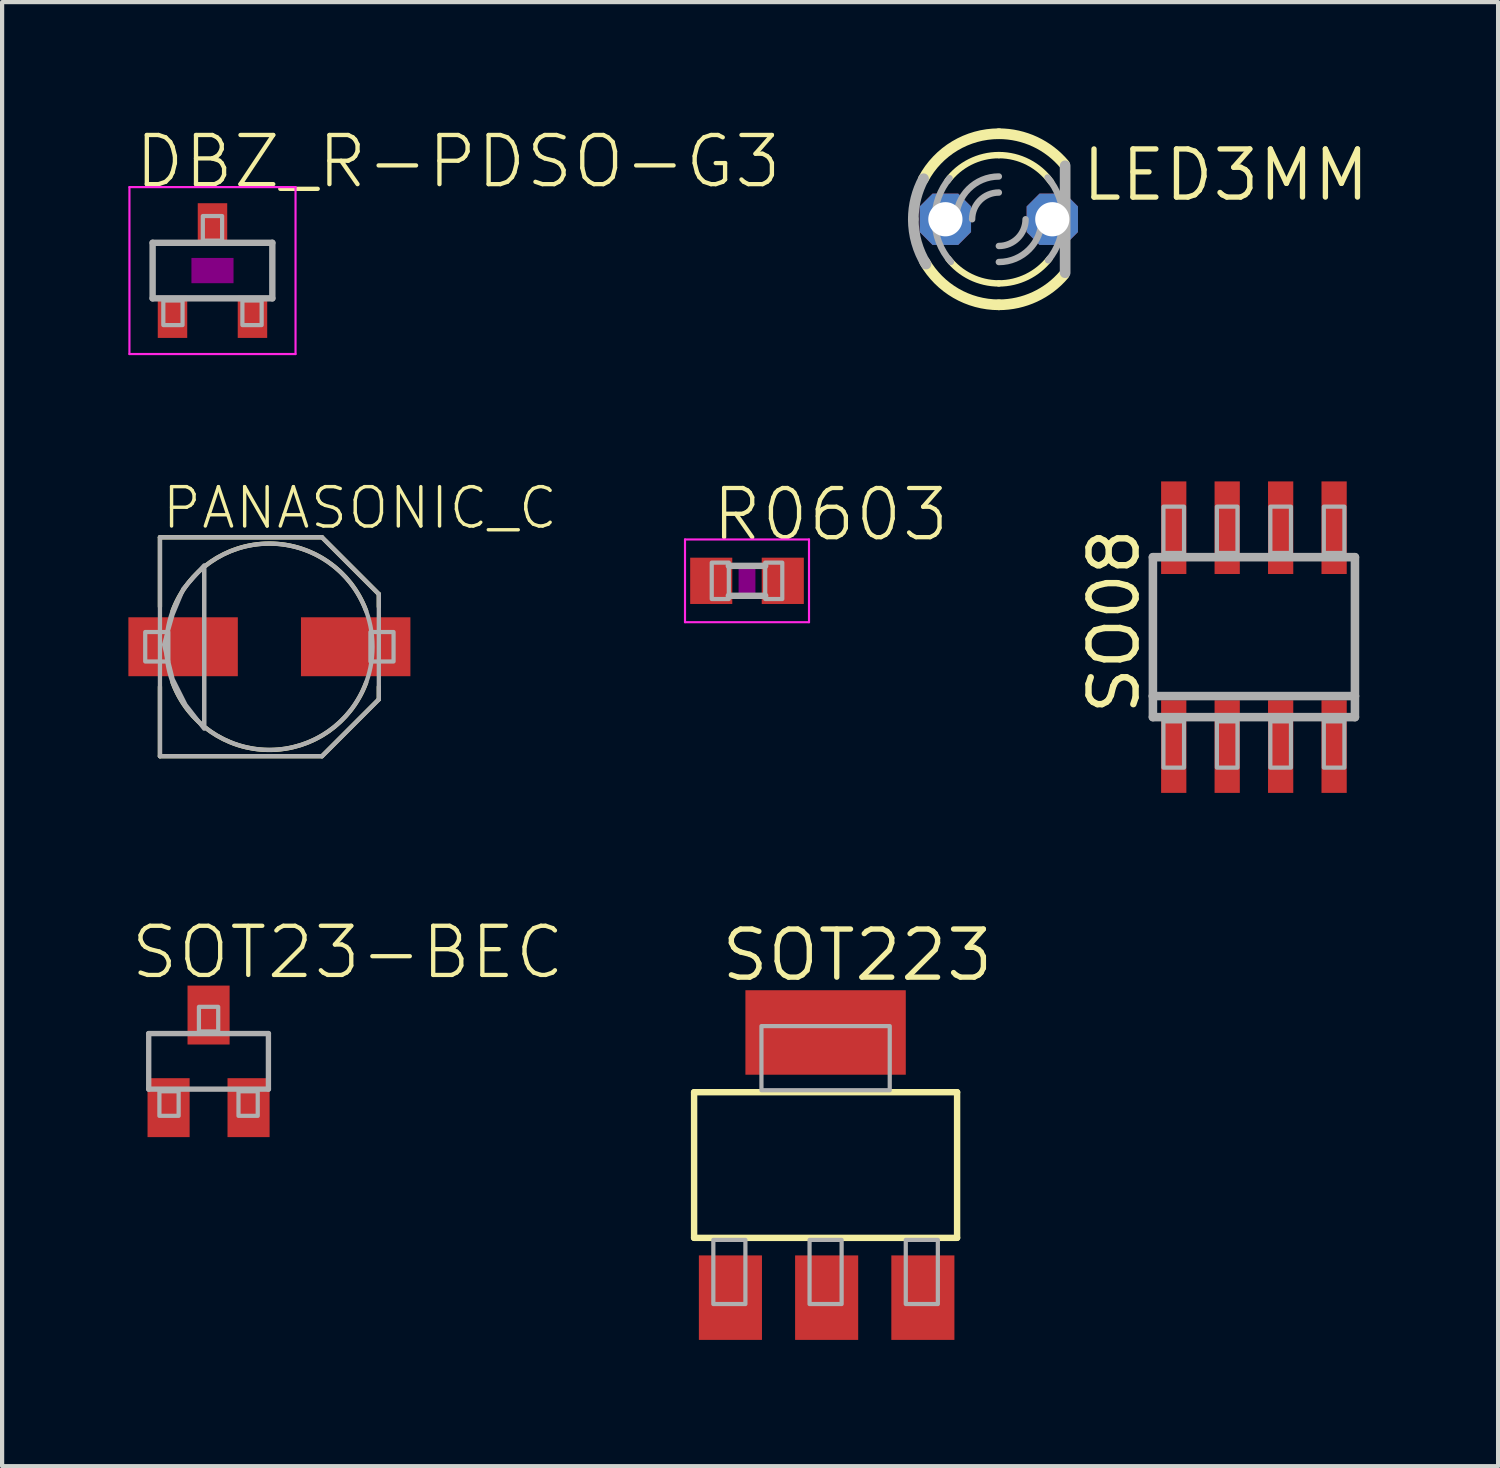
<source format=kicad_pcb>
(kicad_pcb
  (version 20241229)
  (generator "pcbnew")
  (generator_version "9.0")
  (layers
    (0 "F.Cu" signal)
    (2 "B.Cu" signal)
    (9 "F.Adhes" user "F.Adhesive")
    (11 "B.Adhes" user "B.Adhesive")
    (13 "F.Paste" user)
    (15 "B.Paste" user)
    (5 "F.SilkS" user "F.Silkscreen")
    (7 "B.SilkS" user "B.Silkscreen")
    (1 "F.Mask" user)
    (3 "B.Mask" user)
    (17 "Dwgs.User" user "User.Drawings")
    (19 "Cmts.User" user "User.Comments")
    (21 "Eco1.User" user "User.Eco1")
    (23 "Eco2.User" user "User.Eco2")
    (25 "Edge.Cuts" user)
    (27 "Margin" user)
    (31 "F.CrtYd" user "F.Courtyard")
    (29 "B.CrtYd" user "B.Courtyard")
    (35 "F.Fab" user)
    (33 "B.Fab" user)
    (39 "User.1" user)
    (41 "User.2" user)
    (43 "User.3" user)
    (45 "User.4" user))
  (footprint "LED3MM"
    (layer "F.Cu")
    (at 20.68 2.159)
    (property "Reference" "LED3MM" (at 1.905 -0.381 0) (layer "F.SilkS") (effects (font (size 1.143 1.143) (thickness 0.127)) (justify left bottom)))
    (fp_arc (start -1.7929 -0.9562) (mid -1.045438 -1.7424) (end 0 -2.032) (stroke (width 0.254) (type solid)) (layer "F.SilkS"))
    (fp_arc (start -1.2192 -0.9144) (mid -0.681554 -1.363107) (end 0 -1.524) (stroke (width 0.1524) (type solid)) (layer "F.SilkS"))
    (fp_arc (start 0 -2.032) (mid 0.861864 -1.840173) (end 1.561 -1.3009) (stroke (width 0.254) (type solid)) (layer "F.SilkS"))
    (fp_arc (start 0 -1.524) (mid 0.697339 -1.355082) (end 1.2401 -0.885801) (stroke (width 0.1524) (type solid)) (layer "F.SilkS"))
    (fp_arc (start 0 1.524) (mid -0.669593 1.369018) (end -1.203 0.9356) (stroke (width 0.1524) (type solid)) (layer "F.SilkS"))
    (fp_arc (start 0 2.032) (mid -1.019924 1.757525) (end -1.7643 1.0082) (stroke (width 0.254) (type solid)) (layer "F.SilkS"))
    (fp_arc (start 1.203 0.9356) (mid 0.669593 1.369018) (end 0 1.524) (stroke (width 0.1524) (type solid)) (layer "F.SilkS"))
    (fp_arc (start 1.5512 1.3126) (mid 0.854953 1.843405) (end 0 2.032) (stroke (width 0.254) (type solid)) (layer "F.SilkS"))
    (fp_line (start 1.575 1.27) (end 1.575 -1.27) (stroke (width 0.254) (type solid)) (layer "F.Fab"))
    (fp_arc (start -2.032 0) (mid -1.970339 -0.496775) (end -1.7891 -0.9634) (stroke (width 0.254) (type solid)) (layer "F.Fab"))
    (fp_arc (start -1.7306 1.065) (mid -1.95521 0.553417) (end -2.032 0) (stroke (width 0.254) (type solid)) (layer "F.Fab"))
    (fp_arc (start -1.524 0) (mid -1.432981 -0.518783) (end -1.1708 -0.9756) (stroke (width 0.1524) (type solid)) (layer "F.Fab"))
    (fp_arc (start -1.1391 1.0125) (mid -1.42454 0.5416) (end -1.524 0) (stroke (width 0.1524) (type solid)) (layer "F.Fab"))
    (fp_arc (start -1.016 0) (mid -0.71842 -0.71842) (end 0 -1.016) (stroke (width 0.1524) (type solid)) (layer "F.Fab"))
    (fp_arc (start -0.635 0) (mid -0.449013 -0.449013) (end 0 -0.635) (stroke (width 0.1524) (type solid)) (layer "F.Fab"))
    (fp_arc (start 0.635 0) (mid 0.449013 0.449013) (end 0 0.635) (stroke (width 0.1524) (type solid)) (layer "F.Fab"))
    (fp_arc (start 1.016 0) (mid 0.71842 0.71842) (end 0 1.016) (stroke (width 0.1524) (type solid)) (layer "F.Fab"))
    (fp_arc (start 1.1571 -0.9918) (mid 1.429332 -0.528744) (end 1.524 0) (stroke (width 0.1524) (type solid)) (layer "F.Fab"))
    (fp_arc (start 1.524 0) (mid 1.432981 0.518783) (end 1.1708 0.9756) (stroke (width 0.1524) (type solid)) (layer "F.Fab"))
    (pad "A" thru_hole roundrect (at -1.27 0) (size 1.219 1.219) (drill 0.813) (layers "*.Cu" "*.Mask") (roundrect_rratio 0.25) (chamfer_ratio 0.25) (chamfer top_left top_right bottom_left bottom_right))
    (pad "K" thru_hole roundrect (at 1.27 0) (size 1.219 1.219) (drill 0.813) (layers "*.Cu" "*.Mask") (roundrect_rratio 0.25) (chamfer_ratio 0.25) (chamfer top_left top_right bottom_left bottom_right)))
  (footprint "R0603"
    (layer "F.Cu")
    (at 14.697 10.749)
    (property "Reference" "R0603" (at -0.889 -0.889 0) (layer "F.SilkS") (effects (font (size 1.168 1.168) (thickness 0.102)) (justify left bottom)))
    (fp_poly (pts (xy -0.2 0.4) (xy 0.2 0.4) (xy 0.2 -0.4) (xy -0.2 -0.4)) (stroke (width 0) (type solid)) (fill yes) (layer "F.Adhes"))
    (fp_line (start -1.473 -0.983) (end 1.473 -0.983) (stroke (width 0.051) (type solid)) (layer "F.CrtYd"))
    (fp_line (start -1.473 0.983) (end -1.473 -0.983) (stroke (width 0.051) (type solid)) (layer "F.CrtYd"))
    (fp_line (start 1.473 -0.983) (end 1.473 0.983) (stroke (width 0.051) (type solid)) (layer "F.CrtYd"))
    (fp_line (start 1.473 0.983) (end -1.473 0.983) (stroke (width 0.051) (type solid)) (layer "F.CrtYd"))
    (fp_line (start -0.432 0.356) (end 0.432 0.356) (stroke (width 0.152) (type solid)) (layer "F.Fab"))
    (fp_line (start 0.432 -0.356) (end -0.432 -0.356) (stroke (width 0.152) (type solid)) (layer "F.Fab"))
    (fp_poly (pts (xy -0.838 0.432) (xy -0.432 0.432) (xy -0.432 -0.432) (xy -0.838 -0.432)) (stroke (width 0.1) (type solid)) (fill no) (layer "F.Fab"))
    (fp_poly (pts (xy 0.432 0.432) (xy 0.838 0.432) (xy 0.838 -0.432) (xy 0.432 -0.432)) (stroke (width 0.1) (type solid)) (fill no) (layer "F.Fab"))
    (pad "1" smd rect (at -0.85 0) (size 1 1.1) (layers "F.Cu" "F.Mask" "F.Paste"))
    (pad "2" smd rect (at 0.85 0) (size 1 1.1) (layers "F.Cu" "F.Mask" "F.Paste")))
  (footprint "SOT23-BEC"
    (layer "F.Cu")
    (at 1.905 22.165)
    (property "Reference" "SOT23-BEC" (at -1.905 -1.905 0) (layer "F.SilkS") (effects (font (size 1.168 1.168) (thickness 0.102)) (justify left bottom)))
    (fp_line (start -1.422 -0.66) (end 1.422 -0.66) (stroke (width 0.127) (type solid)) (layer "F.Fab"))
    (fp_line (start -1.422 0.66) (end -1.422 -0.66) (stroke (width 0.127) (type solid)) (layer "F.Fab"))
    (fp_line (start 1.422 -0.66) (end 1.422 0.66) (stroke (width 0.127) (type solid)) (layer "F.Fab"))
    (fp_line (start 1.422 0.66) (end -1.422 0.66) (stroke (width 0.127) (type solid)) (layer "F.Fab"))
    (fp_poly (pts (xy -1.168 1.295) (xy -0.711 1.295) (xy -0.711 0.711) (xy -1.168 0.711)) (stroke (width 0.1) (type solid)) (fill no) (layer "F.Fab"))
    (fp_poly (pts (xy -0.229 -0.711) (xy 0.229 -0.711) (xy 0.229 -1.295) (xy -0.229 -1.295)) (stroke (width 0.1) (type solid)) (fill no) (layer "F.Fab"))
    (fp_poly (pts (xy 0.711 1.295) (xy 1.168 1.295) (xy 1.168 0.711) (xy 0.711 0.711)) (stroke (width 0.1) (type solid)) (fill no) (layer "F.Fab"))
    (pad "B" smd rect (at -0.95 1.1) (size 1 1.4) (layers "F.Cu" "F.Mask" "F.Paste"))
    (pad "C" smd rect (at 0 -1.1) (size 1 1.4) (layers "F.Cu" "F.Mask" "F.Paste"))
    (pad "E" smd rect (at 0.95 1.1) (size 1 1.4) (layers "F.Cu" "F.Mask" "F.Paste")))
  (footprint "SOT223"
    (layer "F.Cu")
    (at 16.564 24.629)
    (property "Reference" "SOT223" (at -2.54 -4.318 0) (layer "F.SilkS") (effects (font (size 1.143 1.143) (thickness 0.127)) (justify left bottom)))
    (fp_line (start -3.124 -1.731) (end -3.124 1.729) (stroke (width 0.152) (type solid)) (layer "F.SilkS"))
    (fp_line (start -3.124 -1.731) (end 3.124 -1.731) (stroke (width 0.152) (type solid)) (layer "F.SilkS"))
    (fp_line (start 3.124 1.729) (end -3.124 1.729) (stroke (width 0.152) (type solid)) (layer "F.SilkS"))
    (fp_line (start 3.124 1.729) (end 3.124 -1.731) (stroke (width 0.152) (type solid)) (layer "F.SilkS"))
    (fp_poly (pts (xy -2.667 3.302) (xy -1.905 3.302) (xy -1.905 1.778) (xy -2.667 1.778)) (stroke (width 0.1) (type solid)) (fill no) (layer "F.Fab"))
    (fp_poly (pts (xy -1.524 -1.778) (xy 1.524 -1.778) (xy 1.524 -3.302) (xy -1.524 -3.302)) (stroke (width 0.1) (type solid)) (fill no) (layer "F.Fab"))
    (fp_poly (pts (xy -0.381 3.302) (xy 0.381 3.302) (xy 0.381 1.778) (xy -0.381 1.778)) (stroke (width 0.1) (type solid)) (fill no) (layer "F.Fab"))
    (fp_poly (pts (xy 1.905 3.302) (xy 2.667 3.302) (xy 2.667 1.778) (xy 1.905 1.778)) (stroke (width 0.1) (type solid)) (fill no) (layer "F.Fab"))
    (pad "1" smd rect (at -2.261 3.15) (size 1.499 2.007) (layers "F.Cu" "F.Mask" "F.Paste"))
    (pad "2" smd rect (at 0.025 3.15) (size 1.499 2.007) (layers "F.Cu" "F.Mask" "F.Paste"))
    (pad "3" smd rect (at 2.311 3.15) (size 1.499 2.007) (layers "F.Cu" "F.Mask" "F.Paste"))
    (pad "4" smd rect (at 0 -3.15) (size 3.81 2.007) (layers "F.Cu" "F.Mask" "F.Paste")))
  (footprint "SO08"
    (layer "F.Cu")
    (at 26.74 12.087)
    (property "Reference" "SO08" (at -2.667 1.905 90) (layer "F.SilkS") (effects (font (size 1.118 1.118) (thickness 0.152)) (justify left bottom)))
    (fp_line (start -2.4 -1.9) (end 2.4 -1.9) (stroke (width 0.203) (type solid)) (layer "F.Fab"))
    (fp_line (start -2.4 1.4) (end -2.4 -1.9) (stroke (width 0.203) (type solid)) (layer "F.Fab"))
    (fp_line (start -2.4 1.9) (end -2.4 1.4) (stroke (width 0.203) (type solid)) (layer "F.Fab"))
    (fp_line (start 2.4 -1.9) (end 2.4 1.4) (stroke (width 0.203) (type solid)) (layer "F.Fab"))
    (fp_line (start 2.4 1.4) (end -2.4 1.4) (stroke (width 0.203) (type solid)) (layer "F.Fab"))
    (fp_line (start 2.4 1.4) (end 2.4 1.9) (stroke (width 0.203) (type solid)) (layer "F.Fab"))
    (fp_line (start 2.4 1.9) (end -2.4 1.9) (stroke (width 0.203) (type solid)) (layer "F.Fab"))
    (fp_poly (pts (xy -2.15 -2) (xy -1.66 -2) (xy -1.66 -3.1) (xy -2.15 -3.1)) (stroke (width 0.1) (type solid)) (fill no) (layer "F.Fab"))
    (fp_poly (pts (xy -2.15 3.1) (xy -1.66 3.1) (xy -1.66 2) (xy -2.15 2)) (stroke (width 0.1) (type solid)) (fill no) (layer "F.Fab"))
    (fp_poly (pts (xy -0.88 -2) (xy -0.39 -2) (xy -0.39 -3.1) (xy -0.88 -3.1)) (stroke (width 0.1) (type solid)) (fill no) (layer "F.Fab"))
    (fp_poly (pts (xy -0.88 3.1) (xy -0.39 3.1) (xy -0.39 2) (xy -0.88 2)) (stroke (width 0.1) (type solid)) (fill no) (layer "F.Fab"))
    (fp_poly (pts (xy 0.39 -2) (xy 0.88 -2) (xy 0.88 -3.1) (xy 0.39 -3.1)) (stroke (width 0.1) (type solid)) (fill no) (layer "F.Fab"))
    (fp_poly (pts (xy 0.39 3.1) (xy 0.88 3.1) (xy 0.88 2) (xy 0.39 2)) (stroke (width 0.1) (type solid)) (fill no) (layer "F.Fab"))
    (fp_poly (pts (xy 1.66 -2) (xy 2.15 -2) (xy 2.15 -3.1) (xy 1.66 -3.1)) (stroke (width 0.1) (type solid)) (fill no) (layer "F.Fab"))
    (fp_poly (pts (xy 1.66 3.1) (xy 2.15 3.1) (xy 2.15 2) (xy 1.66 2)) (stroke (width 0.1) (type solid)) (fill no) (layer "F.Fab"))
    (pad "1" smd rect (at -1.905 2.6) (size 0.6 2.2) (layers "F.Cu" "F.Mask" "F.Paste"))
    (pad "2" smd rect (at -0.635 2.6) (size 0.6 2.2) (layers "F.Cu" "F.Mask" "F.Paste"))
    (pad "3" smd rect (at 0.635 2.6) (size 0.6 2.2) (layers "F.Cu" "F.Mask" "F.Paste"))
    (pad "4" smd rect (at 1.905 2.6) (size 0.6 2.2) (layers "F.Cu" "F.Mask" "F.Paste"))
    (pad "5" smd rect (at 1.905 -2.6) (size 0.6 2.2) (layers "F.Cu" "F.Mask" "F.Paste"))
    (pad "6" smd rect (at 0.635 -2.6) (size 0.6 2.2) (layers "F.Cu" "F.Mask" "F.Paste"))
    (pad "7" smd rect (at -0.635 -2.6) (size 0.6 2.2) (layers "F.Cu" "F.Mask" "F.Paste"))
    (pad "8" smd rect (at -1.905 -2.6) (size 0.6 2.2) (layers "F.Cu" "F.Mask" "F.Paste")))
  (footprint "DBZ_R-PDSO-G3"
    (layer "F.Cu")
    (at 1.998 3.378)
    (property "Reference" "DBZ_R-PDSO-G3" (at -1.905 -1.905 0) (layer "F.SilkS") (effects (font (size 1.168 1.168) (thickness 0.102)) (justify left bottom)))
    (fp_poly (pts (xy -0.5 0.3) (xy 0.5 0.3) (xy 0.5 -0.3) (xy -0.5 -0.3)) (stroke (width 0) (type solid)) (fill yes) (layer "F.Adhes"))
    (fp_line (start -1.973 -1.983) (end 1.973 -1.983) (stroke (width 0.051) (type solid)) (layer "F.CrtYd"))
    (fp_line (start -1.973 1.983) (end -1.973 -1.983) (stroke (width 0.051) (type solid)) (layer "F.CrtYd"))
    (fp_line (start 1.973 -1.983) (end 1.973 1.983) (stroke (width 0.051) (type solid)) (layer "F.CrtYd"))
    (fp_line (start 1.973 1.983) (end -1.973 1.983) (stroke (width 0.051) (type solid)) (layer "F.CrtYd"))
    (fp_line (start -1.422 -0.66) (end 1.422 -0.66) (stroke (width 0.152) (type solid)) (layer "F.Fab"))
    (fp_line (start -1.422 0.66) (end -1.422 -0.66) (stroke (width 0.152) (type solid)) (layer "F.Fab"))
    (fp_line (start 1.422 -0.66) (end 1.422 0.66) (stroke (width 0.152) (type solid)) (layer "F.Fab"))
    (fp_line (start 1.422 0.66) (end -1.422 0.66) (stroke (width 0.152) (type solid)) (layer "F.Fab"))
    (fp_poly (pts (xy -1.168 1.295) (xy -0.711 1.295) (xy -0.711 0.711) (xy -1.168 0.711)) (stroke (width 0.1) (type solid)) (fill no) (layer "F.Fab"))
    (fp_poly (pts (xy -0.229 -0.711) (xy 0.229 -0.711) (xy 0.229 -1.295) (xy -0.229 -1.295)) (stroke (width 0.1) (type solid)) (fill no) (layer "F.Fab"))
    (fp_poly (pts (xy 0.711 1.295) (xy 1.168 1.295) (xy 1.168 0.711) (xy 0.711 0.711)) (stroke (width 0.1) (type solid)) (fill no) (layer "F.Fab"))
    (pad "1" smd rect (at -0.95 1.1) (size 0.7 1) (layers "F.Cu" "F.Mask" "F.Paste"))
    (pad "2" smd rect (at 0.95 1.1) (size 0.7 1) (layers "F.Cu" "F.Mask" "F.Paste"))
    (pad "3" smd rect (at 0 -1.1) (size 0.7 1) (layers "F.Cu" "F.Mask" "F.Paste")))
  (footprint "PANASONIC_C"
    (layer "F.Cu")
    (at 3.35 12.315)
    (property "Reference" "PANASONIC_C" (at -2.6 -2.75 0) (layer "F.SilkS") (effects (font (size 0.935 0.935) (thickness 0.081)) (justify left bottom)))
    (fp_line (start -2.6 -2.6) (end 1.25 -2.6) (stroke (width 0.102) (type solid)) (layer "F.SilkS"))
    (fp_line (start -2.6 -0.95) (end -2.6 -2.6) (stroke (width 0.102) (type solid)) (layer "F.SilkS"))
    (fp_line (start -2.6 2.6) (end -2.6 0.95) (stroke (width 0.102) (type solid)) (layer "F.SilkS"))
    (fp_line (start 1.25 -2.6) (end 2.6 -1.25) (stroke (width 0.102) (type solid)) (layer "F.SilkS"))
    (fp_line (start 1.25 2.6) (end -2.6 2.6) (stroke (width 0.102) (type solid)) (layer "F.SilkS"))
    (fp_line (start 2.6 -1.25) (end 2.6 -0.95) (stroke (width 0.102) (type solid)) (layer "F.SilkS"))
    (fp_line (start 2.6 0.95) (end 2.6 1.25) (stroke (width 0.102) (type solid)) (layer "F.SilkS"))
    (fp_line (start 2.6 1.25) (end 1.25 2.6) (stroke (width 0.102) (type solid)) (layer "F.SilkS"))
    (fp_arc (start -2.3 -0.85) (mid 0 -2.45204) (end 2.3 -0.85) (stroke (width 0.1016) (type solid)) (layer "F.SilkS"))
    (fp_arc (start 2.3 0.85) (mid 0 2.45204) (end -2.3 0.85) (stroke (width 0.1016) (type solid)) (layer "F.SilkS"))
    (fp_line (start -2.6 -2.6) (end 1.25 -2.6) (stroke (width 0.102) (type solid)) (layer "F.Fab"))
    (fp_line (start -2.6 2.6) (end -2.6 -2.6) (stroke (width 0.102) (type solid)) (layer "F.Fab"))
    (fp_line (start -1.55 -1.85) (end -1.55 1.85) (stroke (width 0.102) (type solid)) (layer "F.Fab"))
    (fp_line (start 1.25 -2.6) (end 2.6 -1.25) (stroke (width 0.102) (type solid)) (layer "F.Fab"))
    (fp_line (start 1.25 2.6) (end -2.6 2.6) (stroke (width 0.102) (type solid)) (layer "F.Fab"))
    (fp_line (start 2.6 -1.25) (end 2.6 1.25) (stroke (width 0.102) (type solid)) (layer "F.Fab"))
    (fp_line (start 2.6 1.25) (end 1.25 2.6) (stroke (width 0.102) (type solid)) (layer "F.Fab"))
    (fp_circle (center 0 0) (end 2.45 0) (stroke (width 0.102) (type solid)) (fill no) (layer "F.Fab"))
    (fp_poly (pts (xy -2.95 0.35) (xy -2.4 0.35) (xy -2.4 -0.35) (xy -2.95 -0.35)) (stroke (width 0.1) (type solid)) (fill no) (layer "F.Fab"))
    (fp_poly (pts (xy 2.4 0.35) (xy 2.95 0.35) (xy 2.95 -0.35) (xy 2.4 -0.35)) (stroke (width 0.1) (type solid)) (fill no) (layer "F.Fab"))
    (fp_poly (pts (xy -1.549 1.948) (xy -1.993 1.377) (xy -2.298 0.768) (xy -2.503 -0.051) (xy -2.298 -0.767) (xy -2.044 -1.377) (xy -1.549 -1.934)) (stroke (width 0.1) (type solid)) (fill no) (layer "F.Fab"))
    (pad "+" smd rect (at 2.05 0) (size 2.6 1.4) (layers "F.Cu" "F.Mask" "F.Paste"))
    (pad "-" smd rect (at -2.05 0) (size 2.6 1.4) (layers "F.Cu" "F.Mask" "F.Paste")))
  (gr_rect
    (start -3 -3)
    (end 32.541 31.782)
    (stroke (width 0.1) (type default))
    (fill no)
    (layer "Edge.Cuts")))
</source>
